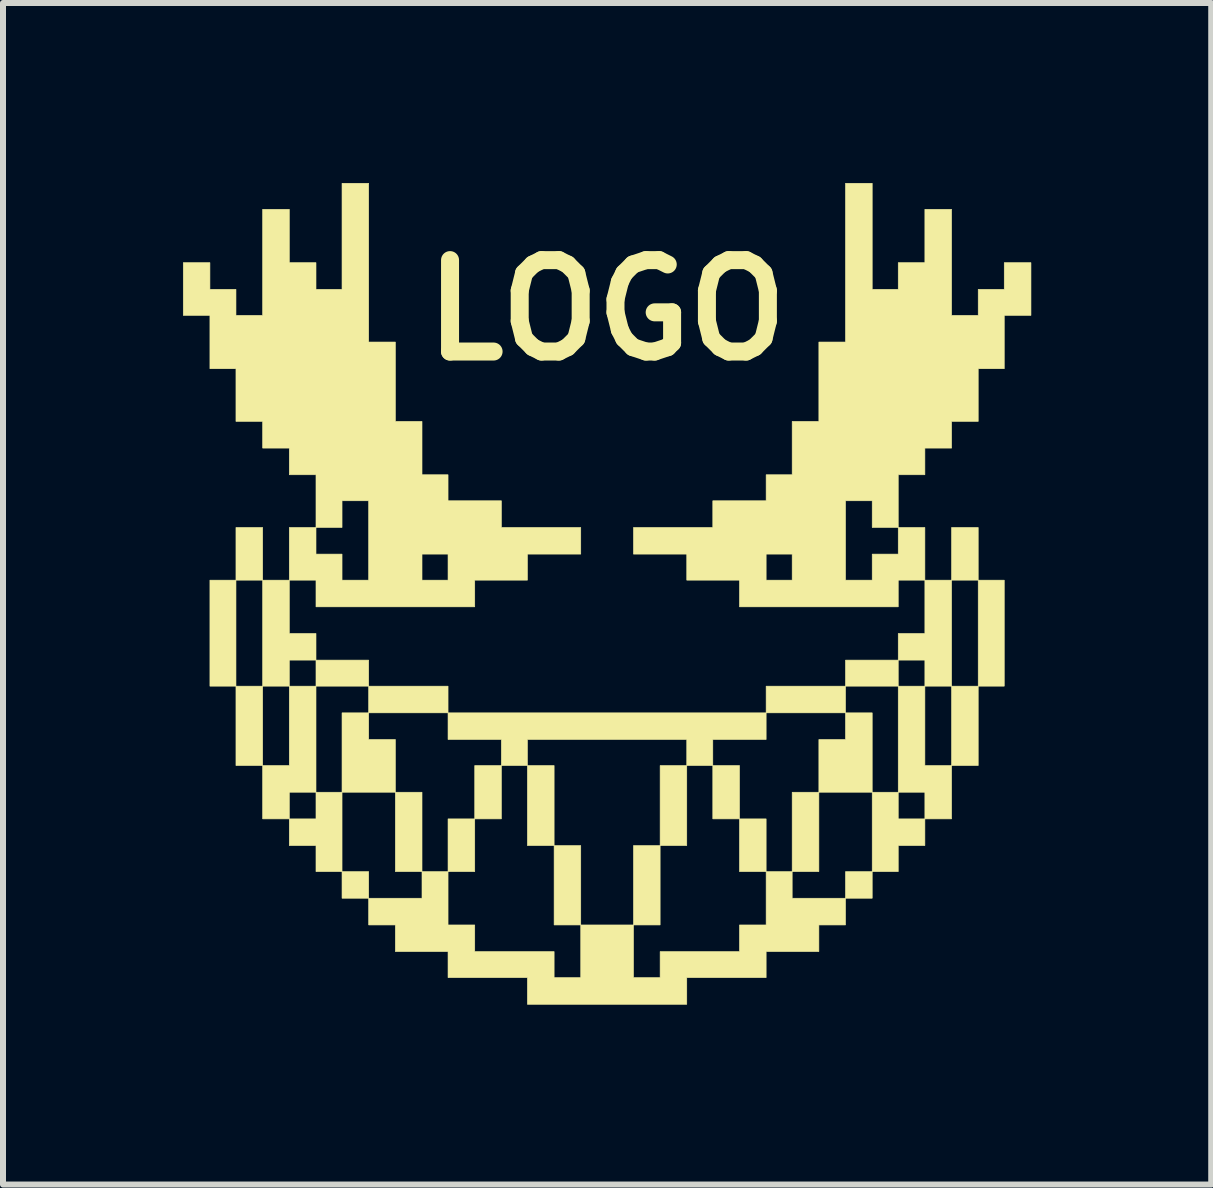
<source format=kicad_pcb>
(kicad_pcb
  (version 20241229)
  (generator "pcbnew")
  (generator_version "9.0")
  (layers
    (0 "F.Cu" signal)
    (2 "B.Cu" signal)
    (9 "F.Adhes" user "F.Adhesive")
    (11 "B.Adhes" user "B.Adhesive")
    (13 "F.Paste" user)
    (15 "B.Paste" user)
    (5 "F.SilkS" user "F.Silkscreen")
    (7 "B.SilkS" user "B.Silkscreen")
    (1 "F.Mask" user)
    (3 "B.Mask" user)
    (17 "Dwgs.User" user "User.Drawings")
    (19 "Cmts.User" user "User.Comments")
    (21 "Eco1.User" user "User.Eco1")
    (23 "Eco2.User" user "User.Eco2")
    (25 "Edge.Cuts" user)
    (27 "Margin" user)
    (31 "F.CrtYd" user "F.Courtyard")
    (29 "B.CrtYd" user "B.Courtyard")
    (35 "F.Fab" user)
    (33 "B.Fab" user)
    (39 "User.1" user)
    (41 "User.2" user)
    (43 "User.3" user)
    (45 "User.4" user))
  (footprint "LOGO"
    (layer "F.Cu")
    (at 7.064 6.62)
    (property "Reference" "LOGO" (at 0 -4.5 0) (layer "F.SilkS") (effects (font (size 1.524 1.524) (thickness 0.3))))
    (attr through_hole)
    (fp_poly (pts (xy -3.969 1.767) (xy -4.847 1.767) (xy -4.847 1.333) (xy -3.969 1.333) (xy -3.969 1.767)) (stroke (width 0.01) (type solid)) (fill yes) (layer "F.SilkS"))
    (fp_poly (pts (xy -3.969 5.302) (xy -4.413 5.302) (xy -4.413 4.858) (xy -3.969 4.858) (xy -3.969 5.302)) (stroke (width 0.01) (type solid)) (fill yes) (layer "F.SilkS"))
    (fp_poly (pts (xy -3.08 4.858) (xy -3.524 4.858) (xy -3.524 3.535) (xy -3.08 3.535) (xy -3.08 4.858)) (stroke (width 0.01) (type solid)) (fill yes) (layer "F.SilkS"))
    (fp_poly (pts (xy -2.646 2.212) (xy -3.969 2.212) (xy -3.969 1.767) (xy -2.646 1.767) (xy -2.646 2.212)) (stroke (width 0.01) (type solid)) (fill yes) (layer "F.SilkS"))
    (fp_poly (pts (xy -2.201 4.858) (xy -2.646 4.858) (xy -2.646 3.979) (xy -2.201 3.979) (xy -2.201 4.858)) (stroke (width 0.01) (type solid)) (fill yes) (layer "F.SilkS"))
    (fp_poly (pts (xy -1.757 3.979) (xy -2.201 3.979) (xy -2.201 3.09) (xy -1.757 3.09) (xy -1.757 3.979)) (stroke (width 0.01) (type solid)) (fill yes) (layer "F.SilkS"))
    (fp_poly (pts (xy -0.878 4.424) (xy -1.323 4.424) (xy -1.323 3.09) (xy -0.878 3.09) (xy -0.878 4.424)) (stroke (width 0.01) (type solid)) (fill yes) (layer "F.SilkS"))
    (fp_poly (pts (xy -0.434 5.747) (xy -0.878 5.747) (xy -0.878 4.424) (xy -0.434 4.424) (xy -0.434 5.747)) (stroke (width 0.01) (type solid)) (fill yes) (layer "F.SilkS"))
    (fp_poly (pts (xy 0.889 5.747) (xy 0.445 5.747) (xy 0.445 4.424) (xy 0.889 4.424) (xy 0.889 5.747)) (stroke (width 0.01) (type solid)) (fill yes) (layer "F.SilkS"))
    (fp_poly (pts (xy 1.333 4.424) (xy 0.889 4.424) (xy 0.889 3.09) (xy 1.333 3.09) (xy 1.333 4.424)) (stroke (width 0.01) (type solid)) (fill yes) (layer "F.SilkS"))
    (fp_poly (pts (xy 2.212 3.979) (xy 1.767 3.979) (xy 1.767 3.09) (xy 2.212 3.09) (xy 2.212 3.979)) (stroke (width 0.01) (type solid)) (fill yes) (layer "F.SilkS"))
    (fp_poly (pts (xy 2.656 4.858) (xy 2.212 4.858) (xy 2.212 3.979) (xy 2.656 3.979) (xy 2.656 4.858)) (stroke (width 0.01) (type solid)) (fill yes) (layer "F.SilkS"))
    (fp_poly (pts (xy 3.535 4.858) (xy 3.09 4.858) (xy 3.09 3.535) (xy 3.535 3.535) (xy 3.535 4.858)) (stroke (width 0.01) (type solid)) (fill yes) (layer "F.SilkS"))
    (fp_poly (pts (xy 3.979 2.212) (xy 2.656 2.212) (xy 2.656 1.767) (xy 3.979 1.767) (xy 3.979 2.212)) (stroke (width 0.01) (type solid)) (fill yes) (layer "F.SilkS"))
    (fp_poly (pts (xy 4.424 5.302) (xy 3.979 5.302) (xy 3.979 4.858) (xy 4.424 4.858) (xy 4.424 5.302)) (stroke (width 0.01) (type solid)) (fill yes) (layer "F.SilkS"))
    (fp_poly (pts (xy 6.191 0) (xy 5.747 0) (xy 5.747 -0.878) (xy 6.191 -0.878) (xy 6.191 0)) (stroke (width 0.01) (type solid)) (fill yes) (layer "F.SilkS"))
    (fp_poly (pts (xy 6.625 1.767) (xy 6.191 1.767) (xy 6.191 0) (xy 6.625 0) (xy 6.625 1.767)) (stroke (width 0.01) (type solid)) (fill yes) (layer "F.SilkS"))
    (fp_poly (pts (xy -3.969 2.656) (xy -3.524 2.656) (xy -3.524 3.535) (xy -4.413 3.535) (xy -4.413 2.212) (xy -3.969 2.212) (xy -3.969 2.656)) (stroke (width 0.01) (type solid)) (fill yes) (layer "F.SilkS"))
    (fp_poly (pts (xy 4.424 3.535) (xy 3.535 3.535) (xy 3.535 2.656) (xy 3.979 2.656) (xy 3.979 2.212) (xy 4.424 2.212) (xy 4.424 3.535)) (stroke (width 0.01) (type solid)) (fill yes) (layer "F.SilkS"))
    (fp_poly (pts (xy -5.292 3.09) (xy -5.292 1.767) (xy -4.847 1.767) (xy -4.847 3.535) (xy -5.292 3.535) (xy -5.292 3.979) (xy -5.736 3.979) (xy -5.736 3.09) (xy -5.292 3.09)) (stroke (width 0.01) (type solid)) (fill yes) (layer "F.SilkS"))
    (fp_poly (pts (xy -4.413 4.858) (xy -4.847 4.858) (xy -4.847 4.424) (xy -5.292 4.424) (xy -5.292 3.979) (xy -4.847 3.979) (xy -4.847 3.535) (xy -4.413 3.535) (xy -4.413 4.858)) (stroke (width 0.01) (type solid)) (fill yes) (layer "F.SilkS"))
    (fp_poly (pts (xy 2.656 2.656) (xy 1.767 2.656) (xy 1.767 3.09) (xy 1.333 3.09) (xy 1.333 2.656) (xy -1.323 2.656) (xy -1.323 3.09) (xy -1.757 3.09) (xy -1.757 2.656) (xy -2.646 2.656) (xy -2.646 2.212) (xy 2.656 2.212) (xy 2.656 2.656)) (stroke (width 0.01) (type solid)) (fill yes) (layer "F.SilkS"))
    (fp_poly (pts (xy -6.181 3.09) (xy -6.181 1.767) (xy -6.615 1.767) (xy -6.615 0) (xy -6.181 0) (xy -6.181 1.767) (xy -5.736 1.767) (xy -5.736 0) (xy -6.181 0) (xy -6.181 -0.878) (xy -5.736 -0.878) (xy -5.736 0) (xy -5.292 0) (xy -5.292 0.889) (xy -4.847 0.889) (xy -4.847 1.333) (xy -5.292 1.333) (xy -5.292 1.767) (xy -5.736 1.767) (xy -5.736 3.09) (xy -6.181 3.09)) (stroke (width 0.01) (type solid)) (fill yes) (layer "F.SilkS"))
    (fp_poly (pts (xy 3.979 1.333) (xy 4.858 1.333) (xy 4.858 1.767) (xy 5.302 1.767) (xy 5.302 3.09) (xy 5.747 3.09) (xy 5.747 1.767) (xy 5.302 1.767) (xy 5.302 1.333) (xy 4.858 1.333) (xy 4.858 0.889) (xy 5.302 0.889) (xy 5.302 0) (xy 5.747 0) (xy 5.747 1.767) (xy 6.191 1.767) (xy 6.191 3.09) (xy 5.747 3.09) (xy 5.747 3.979) (xy 5.302 3.979) (xy 5.302 4.424) (xy 4.858 4.424) (xy 4.858 4.858) (xy 4.424 4.858) (xy 4.424 3.535) (xy 4.858 3.535) (xy 4.858 3.979) (xy 5.302 3.979) (xy 5.302 3.535) (xy 4.858 3.535) (xy 4.858 1.767) (xy 3.979 1.767) (xy 3.979 1.333)) (stroke (width 0.01) (type solid)) (fill yes) (layer "F.SilkS"))
    (fp_poly (pts (xy -2.646 5.747) (xy -2.201 5.747) (xy -2.201 6.191) (xy -0.878 6.191) (xy -0.878 6.625) (xy -0.434 6.625) (xy -0.434 5.747) (xy 0.445 5.747) (xy 0.445 6.625) (xy 0.889 6.625) (xy 0.889 6.191) (xy 2.212 6.191) (xy 2.212 5.747) (xy 2.656 5.747) (xy 2.656 4.858) (xy 3.09 4.858) (xy 3.09 5.302) (xy 3.979 5.302) (xy 3.979 5.747) (xy 3.535 5.747) (xy 3.535 6.191) (xy 2.656 6.191) (xy 2.656 6.625) (xy 1.333 6.625) (xy 1.333 7.07) (xy -1.323 7.07) (xy -1.323 6.625) (xy -2.646 6.625) (xy -2.646 6.191) (xy -3.524 6.191) (xy -3.524 5.747) (xy -3.969 5.747) (xy -3.969 5.302) (xy -3.08 5.302) (xy -3.08 4.858) (xy -2.646 4.858) (xy -2.646 5.747)) (stroke (width 0.01) (type solid)) (fill yes) (layer "F.SilkS"))
    (fp_poly (pts (xy -3.969 -3.969) (xy -3.524 -3.969) (xy -3.524 -2.646) (xy -3.08 -2.646) (xy -3.08 -1.757) (xy -2.646 -1.757) (xy -2.646 -1.323) (xy -1.757 -1.323) (xy -1.757 -0.878) (xy -0.434 -0.878) (xy -0.434 -0.434) (xy -1.323 -0.434) (xy -1.323 0) (xy -2.201 0) (xy -2.201 0.445) (xy -4.847 0.445) (xy -4.847 0) (xy -5.292 0) (xy -5.292 -0.878) (xy -4.847 -0.878) (xy -4.847 -0.434) (xy -4.413 -0.434) (xy -4.413 0) (xy -3.969 0) (xy -3.969 -0.434) (xy -3.08 -0.434) (xy -3.08 0) (xy -2.646 0) (xy -2.646 -0.434) (xy -3.08 -0.434) (xy -3.969 -0.434) (xy -3.969 -1.323) (xy -4.413 -1.323) (xy -4.413 -0.878) (xy -4.847 -0.878) (xy -4.847 -1.757) (xy -5.292 -1.757) (xy -5.292 -2.201) (xy -5.736 -2.201) (xy -5.736 -2.646) (xy -6.181 -2.646) (xy -6.181 -3.524) (xy -6.615 -3.524) (xy -6.615 -4.413) (xy -7.059 -4.413) (xy -7.059 -5.292) (xy -6.615 -5.292) (xy -6.615 -4.847) (xy -6.181 -4.847) (xy -6.181 -4.413) (xy -5.736 -4.413) (xy -5.736 -6.181) (xy -5.292 -6.181) (xy -5.292 -5.292) (xy -4.847 -5.292) (xy -4.847 -4.847) (xy -4.413 -4.847) (xy -4.413 -6.615) (xy -3.969 -6.615) (xy -3.969 -3.969)) (stroke (width 0.01) (type solid)) (fill yes) (layer "F.SilkS"))
    (fp_poly (pts (xy 4.424 -4.847) (xy 4.858 -4.847) (xy 4.858 -5.292) (xy 5.302 -5.292) (xy 5.302 -6.181) (xy 5.747 -6.181) (xy 5.747 -4.413) (xy 6.191 -4.413) (xy 6.191 -4.847) (xy 6.625 -4.847) (xy 6.625 -5.292) (xy 7.07 -5.292) (xy 7.07 -4.413) (xy 6.625 -4.413) (xy 6.625 -3.524) (xy 6.191 -3.524) (xy 6.191 -2.646) (xy 5.747 -2.646) (xy 5.747 -2.201) (xy 5.302 -2.201) (xy 5.302 -1.757) (xy 4.858 -1.757) (xy 4.858 -0.878) (xy 5.302 -0.878) (xy 5.302 0) (xy 4.858 0) (xy 4.858 0.445) (xy 2.212 0.445) (xy 2.212 0) (xy 1.333 0) (xy 1.333 -0.434) (xy 2.656 -0.434) (xy 2.656 0) (xy 3.09 0) (xy 3.09 -0.434) (xy 2.656 -0.434) (xy 1.333 -0.434) (xy 0.445 -0.434) (xy 0.445 -0.878) (xy 1.767 -0.878) (xy 1.767 -1.323) (xy 2.656 -1.323) (xy 3.979 -1.323) (xy 3.979 0) (xy 4.424 0) (xy 4.424 -0.434) (xy 4.858 -0.434) (xy 4.858 -0.878) (xy 4.424 -0.878) (xy 4.424 -1.323) (xy 3.979 -1.323) (xy 2.656 -1.323) (xy 2.656 -1.757) (xy 3.09 -1.757) (xy 3.09 -2.646) (xy 3.535 -2.646) (xy 3.535 -3.969) (xy 3.979 -3.969) (xy 3.979 -6.615) (xy 4.424 -6.615) (xy 4.424 -4.847)) (stroke (width 0.01) (type solid)) (fill yes) (layer "F.SilkS")))
  (gr_rect
    (start -3 -3)
    (end 17.139 16.694)
    (stroke (width 0.1) (type default))
    (fill no)
    (layer "Edge.Cuts")))
</source>
